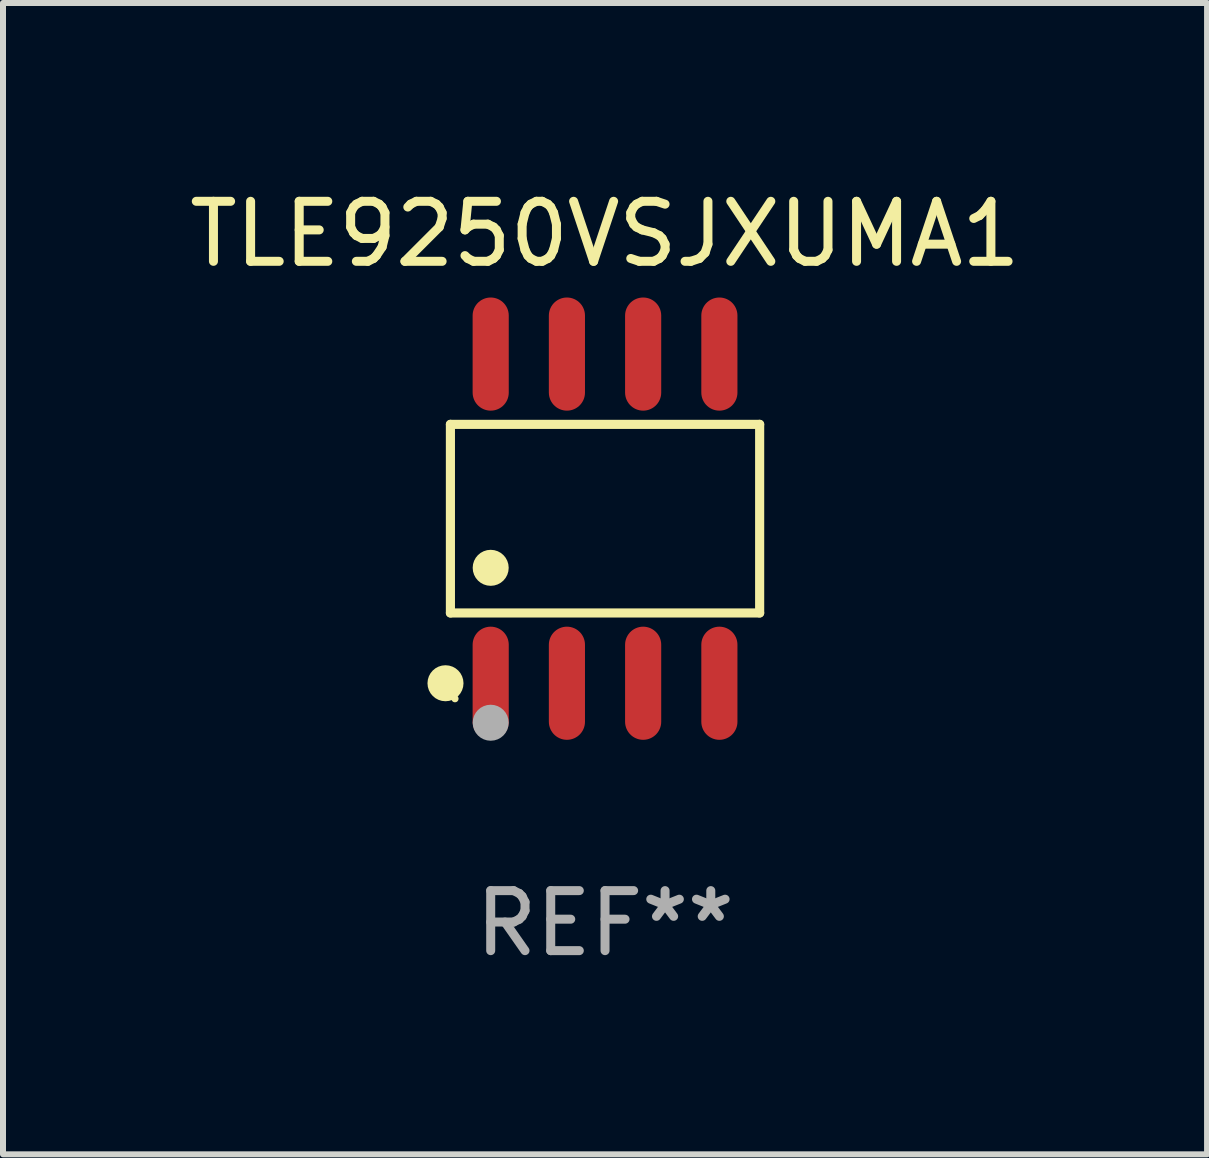
<source format=kicad_pcb>
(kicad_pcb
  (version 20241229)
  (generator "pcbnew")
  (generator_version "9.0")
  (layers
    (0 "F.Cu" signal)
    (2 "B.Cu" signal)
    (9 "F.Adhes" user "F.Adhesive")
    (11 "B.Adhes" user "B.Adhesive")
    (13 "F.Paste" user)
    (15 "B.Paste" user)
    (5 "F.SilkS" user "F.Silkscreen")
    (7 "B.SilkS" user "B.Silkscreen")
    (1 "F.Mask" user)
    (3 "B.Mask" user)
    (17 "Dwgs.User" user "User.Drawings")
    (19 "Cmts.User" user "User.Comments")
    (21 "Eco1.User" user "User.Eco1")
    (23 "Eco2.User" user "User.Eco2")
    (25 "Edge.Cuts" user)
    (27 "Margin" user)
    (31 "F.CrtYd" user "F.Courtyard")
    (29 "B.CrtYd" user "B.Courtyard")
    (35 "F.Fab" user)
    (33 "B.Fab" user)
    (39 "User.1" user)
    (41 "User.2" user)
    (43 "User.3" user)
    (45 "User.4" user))
  (footprint "TLE9250VSJXUMA1"
    (layer "F.Cu")
    (at 7.03 5.591)
    (property "Reference" "TLE9250VSJXUMA1" (at 0 -4.742 0) (layer "F.SilkS") (effects (font (size 1 1) (thickness 0.15))))
    (attr through_hole)
    (fp_line (start -2.576 -1.571) (end 2.576 -1.571) (stroke (width 0.152) (type solid)) (layer "F.SilkS"))
    (fp_line (start -2.576 1.571) (end -2.576 -1.571) (stroke (width 0.152) (type solid)) (layer "F.SilkS"))
    (fp_line (start 2.576 -1.571) (end 2.576 1.571) (stroke (width 0.152) (type solid)) (layer "F.SilkS"))
    (fp_line (start 2.576 1.571) (end -2.576 1.571) (stroke (width 0.152) (type solid)) (layer "F.SilkS"))
    (fp_circle (center -2.658 2.742) (end -2.508 2.742) (stroke (width 0.3) (type solid)) (fill no) (layer "F.SilkS"))
    (fp_circle (center -2.5 3) (end -2.47 3) (stroke (width 0.06) (type solid)) (fill no) (layer "F.SilkS"))
    (fp_circle (center -1.905 0.819) (end -1.755 0.819) (stroke (width 0.3) (type solid)) (fill no) (layer "F.SilkS"))
    (fp_circle (center -1.905 3.4) (end -1.755 3.4) (stroke (width 0.3) (type solid)) (fill no) (layer "F.Fab"))
    (fp_text user "REF**" (at 0 6.742 0) (layer "F.Fab") (effects (font (size 1 1) (thickness 0.15))))
    (pad "1" smd oval (at -1.905 2.742) (size 0.602 1.885) (layers "F.Cu" "F.Mask" "F.Paste"))
    (pad "2" smd oval (at -0.635 2.742) (size 0.602 1.885) (layers "F.Cu" "F.Mask" "F.Paste"))
    (pad "3" smd oval (at 0.635 2.742) (size 0.602 1.885) (layers "F.Cu" "F.Mask" "F.Paste"))
    (pad "4" smd oval (at 1.905 2.742) (size 0.602 1.885) (layers "F.Cu" "F.Mask" "F.Paste"))
    (pad "5" smd oval (at 1.905 -2.742) (size 0.602 1.885) (layers "F.Cu" "F.Mask" "F.Paste"))
    (pad "6" smd oval (at 0.635 -2.742) (size 0.602 1.885) (layers "F.Cu" "F.Mask" "F.Paste"))
    (pad "7" smd oval (at -0.635 -2.742) (size 0.602 1.885) (layers "F.Cu" "F.Mask" "F.Paste"))
    (pad "8" smd oval (at -1.905 -2.742) (size 0.602 1.885) (layers "F.Cu" "F.Mask" "F.Paste")))
  (gr_rect
    (start -3 -3)
    (end 17.06 16.181)
    (stroke (width 0.1) (type default))
    (fill no)
    (layer "Edge.Cuts")))
</source>
